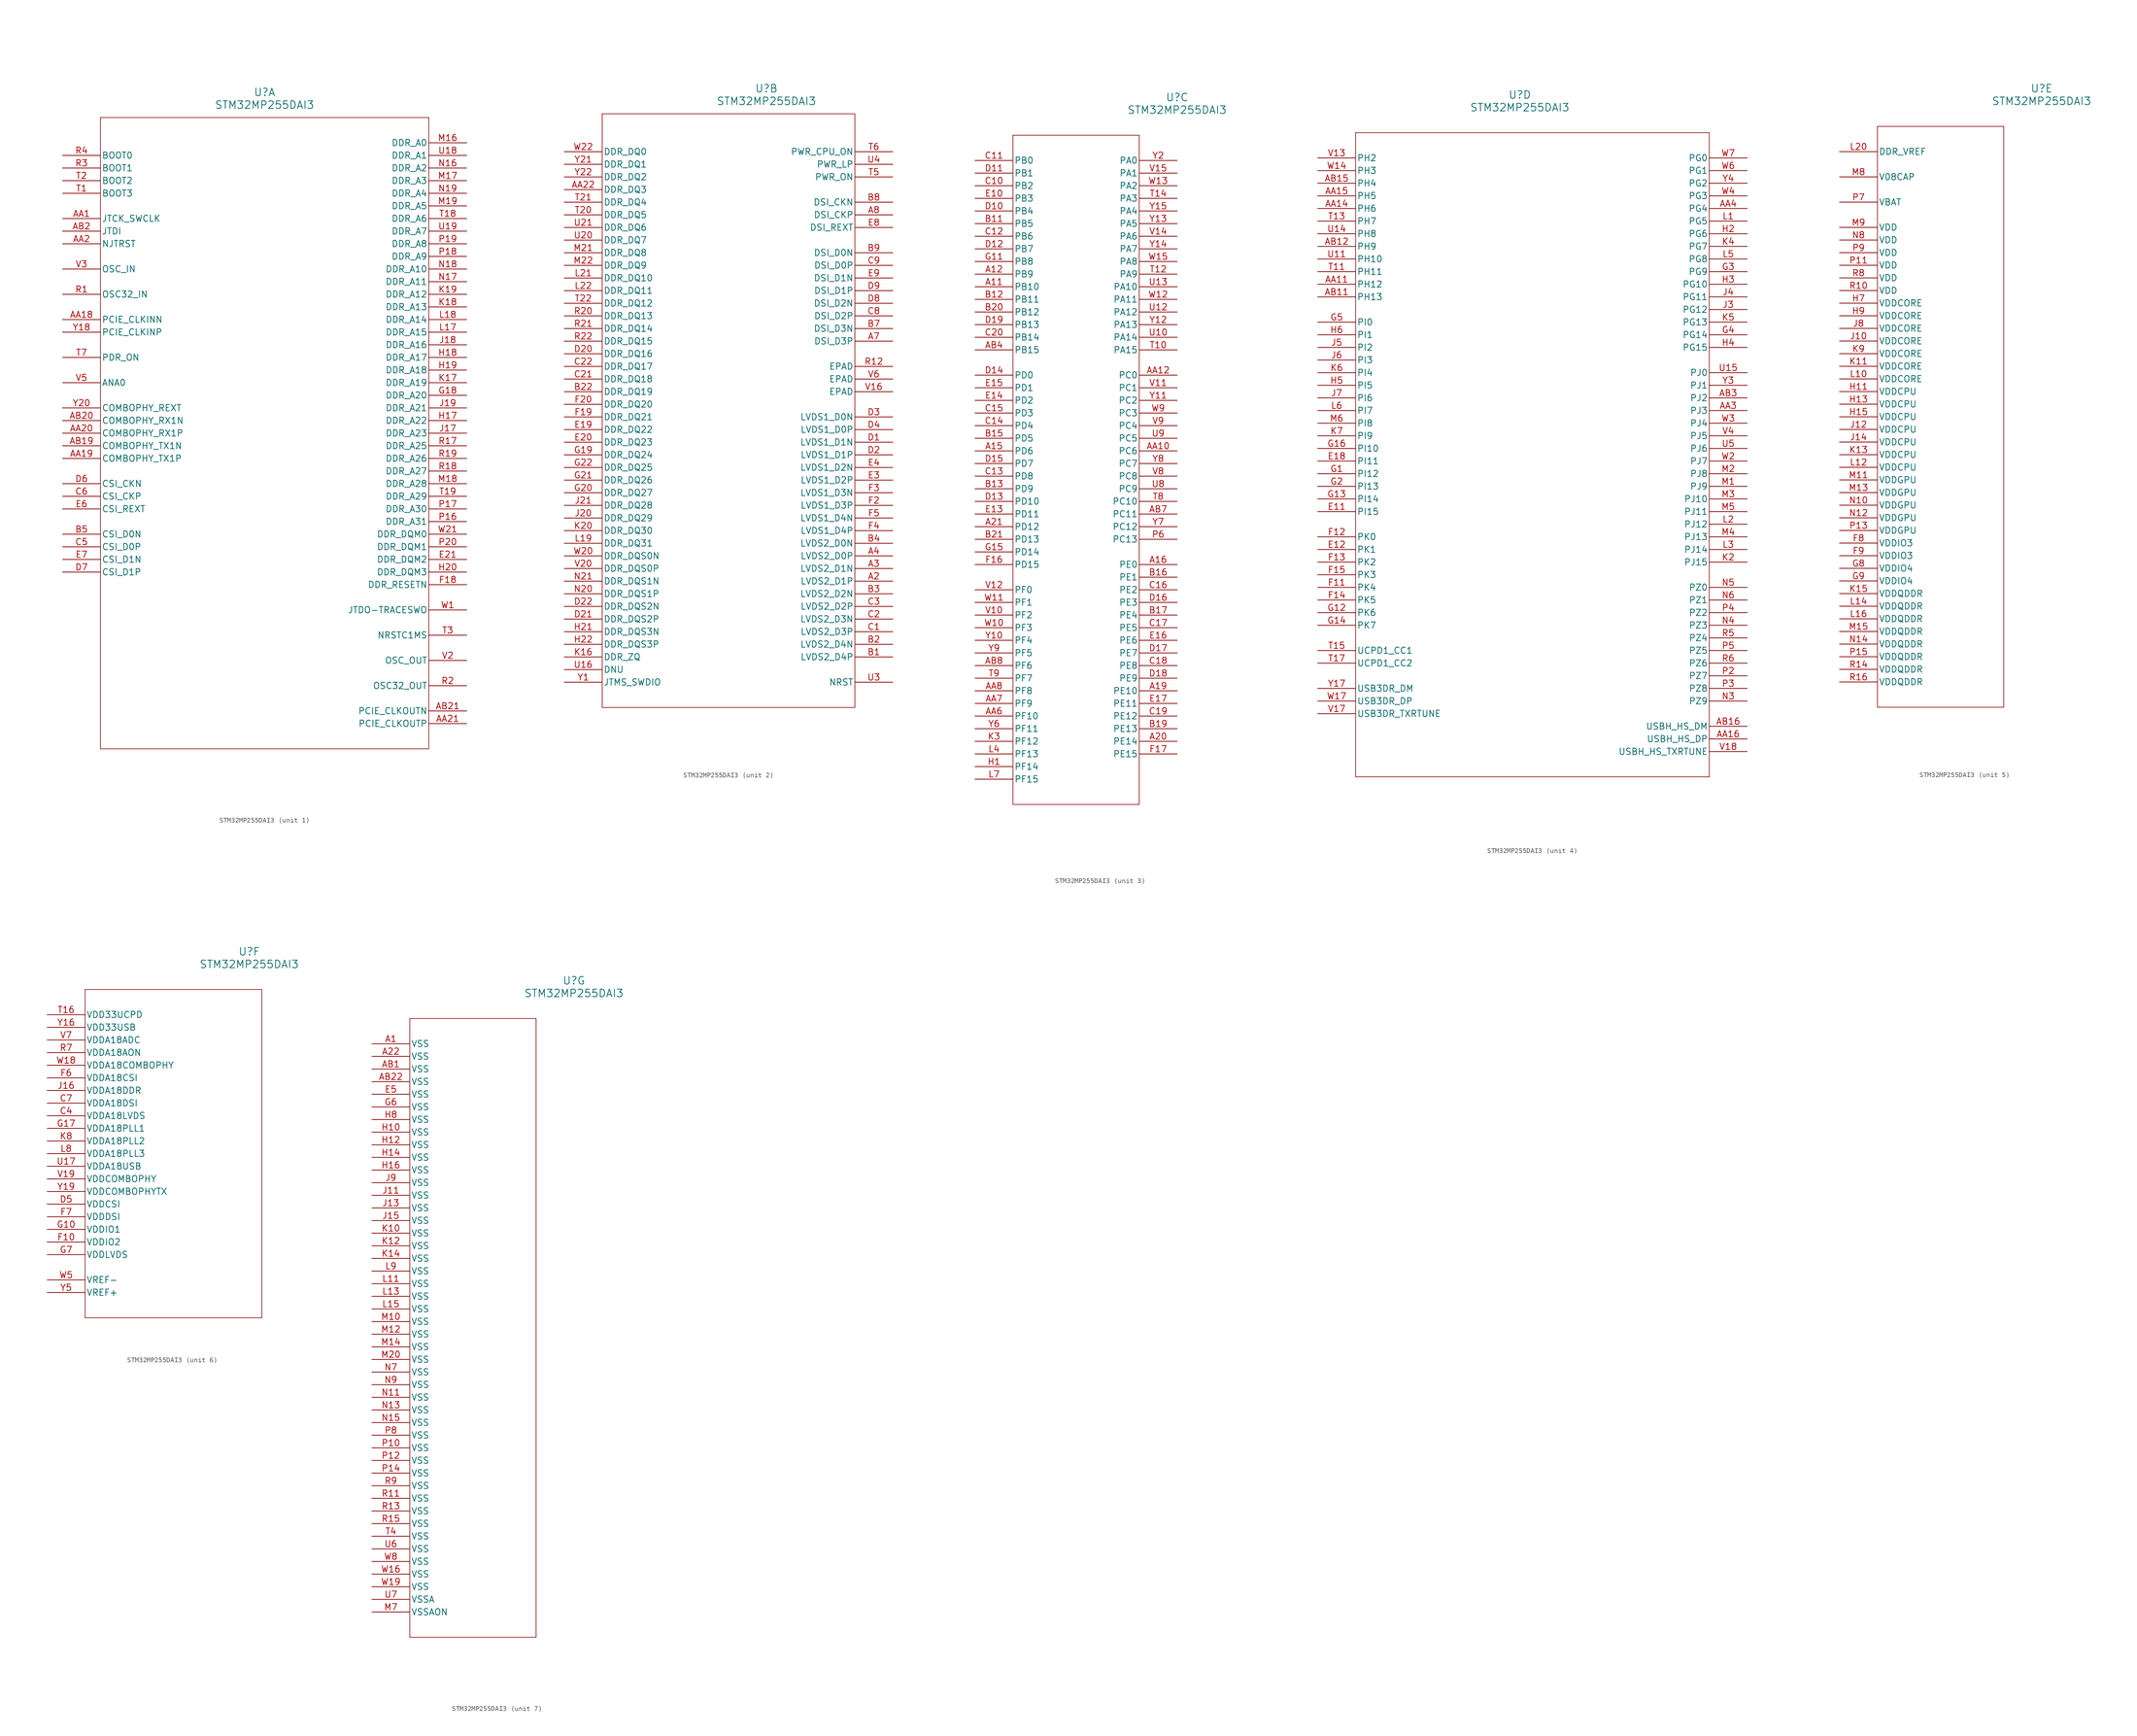
<source format=kicad_sym>
(kicad_symbol_lib
  (version 20211014)
  (generator kicad_symbol_editor)
  (symbol "STM32MP255DAI3"
    (pin_names
      (offset 0.254))
    (property "Reference" "U"
      (at 40.64 12.7 0)
      (effects (font (size 1.524 1.524))))
    (property "Value" "STM32MP255DAI3"
      (at 40.64 10.16 0)
      (effects (font (size 1.524 1.524))))
    (symbol "STM32MP255DAI3_1_1"
      (polyline (pts (xy 7.62 7.62) (xy 7.62 -119.38)) (stroke (width 0.127) (type default) (color 0 0 0 0)) (fill (type none)))
      (polyline (pts (xy 7.62 -119.38) (xy 73.66 -119.38)) (stroke (width 0.127) (type default) (color 0 0 0 0)) (fill (type none)))
      (polyline (pts (xy 73.66 -119.38) (xy 73.66 7.62)) (stroke (width 0.127) (type default) (color 0 0 0 0)) (fill (type none)))
      (polyline (pts (xy 73.66 7.62) (xy 7.62 7.62)) (stroke (width 0.127) (type default) (color 0 0 0 0)) (fill (type none)))
      (pin input line (at 0 -12.7 0) (length 7.62) (name "JTCK_SWCLK" (effects (font (size 1.27 1.27)))) (number "AA1" (effects (font (size 1.27 1.27)))))
      (pin input line (at 0 -17.78 0) (length 7.62) (name "NJTRST" (effects (font (size 1.27 1.27)))) (number "AA2" (effects (font (size 1.27 1.27)))))
      (pin input line (at 0 -33.02 0) (length 7.62) (name "PCIE_CLKINN" (effects (font (size 1.27 1.27)))) (number "AA18" (effects (font (size 1.27 1.27)))))
      (pin unspecified line (at 0 -60.96 0) (length 7.62) (name "COMBOPHY_TX1P" (effects (font (size 1.27 1.27)))) (number "AA19" (effects (font (size 1.27 1.27)))))
      (pin unspecified line (at 0 -55.88 0) (length 7.62) (name "COMBOPHY_RX1P" (effects (font (size 1.27 1.27)))) (number "AA20" (effects (font (size 1.27 1.27)))))
      (pin output line (at 81.28 -114.3 180) (length 7.62) (name "PCIE_CLKOUTP" (effects (font (size 1.27 1.27)))) (number "AA21" (effects (font (size 1.27 1.27)))))
      (pin input line (at 0 -15.24 0) (length 7.62) (name "JTDI" (effects (font (size 1.27 1.27)))) (number "AB2" (effects (font (size 1.27 1.27)))))
      (pin unspecified line (at 0 -58.42 0) (length 7.62) (name "COMBOPHY_TX1N" (effects (font (size 1.27 1.27)))) (number "AB19" (effects (font (size 1.27 1.27)))))
      (pin unspecified line (at 0 -53.34 0) (length 7.62) (name "COMBOPHY_RX1N" (effects (font (size 1.27 1.27)))) (number "AB20" (effects (font (size 1.27 1.27)))))
      (pin output line (at 81.28 -111.76 180) (length 7.62) (name "PCIE_CLKOUTN" (effects (font (size 1.27 1.27)))) (number "AB21" (effects (font (size 1.27 1.27)))))
      (pin unspecified line (at 0 -76.2 0) (length 7.62) (name "CSI_D0N" (effects (font (size 1.27 1.27)))) (number "B5" (effects (font (size 1.27 1.27)))))
      (pin unspecified line (at 0 -78.74 0) (length 7.62) (name "CSI_D0P" (effects (font (size 1.27 1.27)))) (number "C5" (effects (font (size 1.27 1.27)))))
      (pin unspecified line (at 0 -68.58 0) (length 7.62) (name "CSI_CKP" (effects (font (size 1.27 1.27)))) (number "C6" (effects (font (size 1.27 1.27)))))
      (pin unspecified line (at 0 -66.04 0) (length 7.62) (name "CSI_CKN" (effects (font (size 1.27 1.27)))) (number "D6" (effects (font (size 1.27 1.27)))))
      (pin unspecified line (at 0 -83.82 0) (length 7.62) (name "CSI_D1P" (effects (font (size 1.27 1.27)))) (number "D7" (effects (font (size 1.27 1.27)))))
      (pin unspecified line (at 0 -71.12 0) (length 7.62) (name "CSI_REXT" (effects (font (size 1.27 1.27)))) (number "E6" (effects (font (size 1.27 1.27)))))
      (pin unspecified line (at 0 -81.28 0) (length 7.62) (name "CSI_D1N" (effects (font (size 1.27 1.27)))) (number "E7" (effects (font (size 1.27 1.27)))))
      (pin output line (at 81.28 -81.28 180) (length 7.62) (name "DDR_DQM2" (effects (font (size 1.27 1.27)))) (number "E21" (effects (font (size 1.27 1.27)))))
      (pin output line (at 81.28 -86.36 180) (length 7.62) (name "DDR_RESETN" (effects (font (size 1.27 1.27)))) (number "F18" (effects (font (size 1.27 1.27)))))
      (pin output line (at 81.28 -48.26 180) (length 7.62) (name "DDR_A20" (effects (font (size 1.27 1.27)))) (number "G18" (effects (font (size 1.27 1.27)))))
      (pin output line (at 81.28 -53.34 180) (length 7.62) (name "DDR_A22" (effects (font (size 1.27 1.27)))) (number "H17" (effects (font (size 1.27 1.27)))))
      (pin output line (at 81.28 -40.64 180) (length 7.62) (name "DDR_A17" (effects (font (size 1.27 1.27)))) (number "H18" (effects (font (size 1.27 1.27)))))
      (pin output line (at 81.28 -43.18 180) (length 7.62) (name "DDR_A18" (effects (font (size 1.27 1.27)))) (number "H19" (effects (font (size 1.27 1.27)))))
      (pin output line (at 81.28 -83.82 180) (length 7.62) (name "DDR_DQM3" (effects (font (size 1.27 1.27)))) (number "H20" (effects (font (size 1.27 1.27)))))
      (pin output line (at 81.28 -55.88 180) (length 7.62) (name "DDR_A23" (effects (font (size 1.27 1.27)))) (number "J17" (effects (font (size 1.27 1.27)))))
      (pin output line (at 81.28 -38.1 180) (length 7.62) (name "DDR_A16" (effects (font (size 1.27 1.27)))) (number "J18" (effects (font (size 1.27 1.27)))))
      (pin output line (at 81.28 -50.8 180) (length 7.62) (name "DDR_A21" (effects (font (size 1.27 1.27)))) (number "J19" (effects (font (size 1.27 1.27)))))
      (pin output line (at 81.28 -45.72 180) (length 7.62) (name "DDR_A19" (effects (font (size 1.27 1.27)))) (number "K17" (effects (font (size 1.27 1.27)))))
      (pin output line (at 81.28 -30.48 180) (length 7.62) (name "DDR_A13" (effects (font (size 1.27 1.27)))) (number "K18" (effects (font (size 1.27 1.27)))))
      (pin output line (at 81.28 -27.94 180) (length 7.62) (name "DDR_A12" (effects (font (size 1.27 1.27)))) (number "K19" (effects (font (size 1.27 1.27)))))
      (pin output line (at 81.28 -35.56 180) (length 7.62) (name "DDR_A15" (effects (font (size 1.27 1.27)))) (number "L17" (effects (font (size 1.27 1.27)))))
      (pin output line (at 81.28 -33.02 180) (length 7.62) (name "DDR_A14" (effects (font (size 1.27 1.27)))) (number "L18" (effects (font (size 1.27 1.27)))))
      (pin output line (at 81.28 2.54 180) (length 7.62) (name "DDR_A0" (effects (font (size 1.27 1.27)))) (number "M16" (effects (font (size 1.27 1.27)))))
      (pin output line (at 81.28 -5.08 180) (length 7.62) (name "DDR_A3" (effects (font (size 1.27 1.27)))) (number "M17" (effects (font (size 1.27 1.27)))))
      (pin output line (at 81.28 -66.04 180) (length 7.62) (name "DDR_A28" (effects (font (size 1.27 1.27)))) (number "M18" (effects (font (size 1.27 1.27)))))
      (pin output line (at 81.28 -10.16 180) (length 7.62) (name "DDR_A5" (effects (font (size 1.27 1.27)))) (number "M19" (effects (font (size 1.27 1.27)))))
      (pin output line (at 81.28 -2.54 180) (length 7.62) (name "DDR_A2" (effects (font (size 1.27 1.27)))) (number "N16" (effects (font (size 1.27 1.27)))))
      (pin output line (at 81.28 -25.4 180) (length 7.62) (name "DDR_A11" (effects (font (size 1.27 1.27)))) (number "N17" (effects (font (size 1.27 1.27)))))
      (pin output line (at 81.28 -22.86 180) (length 7.62) (name "DDR_A10" (effects (font (size 1.27 1.27)))) (number "N18" (effects (font (size 1.27 1.27)))))
      (pin output line (at 81.28 -7.62 180) (length 7.62) (name "DDR_A4" (effects (font (size 1.27 1.27)))) (number "N19" (effects (font (size 1.27 1.27)))))
      (pin output line (at 81.28 -73.66 180) (length 7.62) (name "DDR_A31" (effects (font (size 1.27 1.27)))) (number "P16" (effects (font (size 1.27 1.27)))))
      (pin output line (at 81.28 -71.12 180) (length 7.62) (name "DDR_A30" (effects (font (size 1.27 1.27)))) (number "P17" (effects (font (size 1.27 1.27)))))
      (pin output line (at 81.28 -20.32 180) (length 7.62) (name "DDR_A9" (effects (font (size 1.27 1.27)))) (number "P18" (effects (font (size 1.27 1.27)))))
      (pin output line (at 81.28 -17.78 180) (length 7.62) (name "DDR_A8" (effects (font (size 1.27 1.27)))) (number "P19" (effects (font (size 1.27 1.27)))))
      (pin output line (at 81.28 -78.74 180) (length 7.62) (name "DDR_DQM1" (effects (font (size 1.27 1.27)))) (number "P20" (effects (font (size 1.27 1.27)))))
      (pin input line (at 0 -27.94 0) (length 7.62) (name "OSC32_IN" (effects (font (size 1.27 1.27)))) (number "R1" (effects (font (size 1.27 1.27)))))
      (pin output line (at 81.28 -106.68 180) (length 7.62) (name "OSC32_OUT" (effects (font (size 1.27 1.27)))) (number "R2" (effects (font (size 1.27 1.27)))))
      (pin input line (at 0 -2.54 0) (length 7.62) (name "BOOT1" (effects (font (size 1.27 1.27)))) (number "R3" (effects (font (size 1.27 1.27)))))
      (pin input line (at 0 0 0) (length 7.62) (name "BOOT0" (effects (font (size 1.27 1.27)))) (number "R4" (effects (font (size 1.27 1.27)))))
      (pin output line (at 81.28 -58.42 180) (length 7.62) (name "DDR_A25" (effects (font (size 1.27 1.27)))) (number "R17" (effects (font (size 1.27 1.27)))))
      (pin output line (at 81.28 -63.5 180) (length 7.62) (name "DDR_A27" (effects (font (size 1.27 1.27)))) (number "R18" (effects (font (size 1.27 1.27)))))
      (pin output line (at 81.28 -60.96 180) (length 7.62) (name "DDR_A26" (effects (font (size 1.27 1.27)))) (number "R19" (effects (font (size 1.27 1.27)))))
      (pin input line (at 0 -7.62 0) (length 7.62) (name "BOOT3" (effects (font (size 1.27 1.27)))) (number "T1" (effects (font (size 1.27 1.27)))))
      (pin input line (at 0 -5.08 0) (length 7.62) (name "BOOT2" (effects (font (size 1.27 1.27)))) (number "T2" (effects (font (size 1.27 1.27)))))
      (pin output line (at 81.28 -96.52 180) (length 7.62) (name "NRSTC1MS" (effects (font (size 1.27 1.27)))) (number "T3" (effects (font (size 1.27 1.27)))))
      (pin input line (at 0 -40.64 0) (length 7.62) (name "PDR_ON" (effects (font (size 1.27 1.27)))) (number "T7" (effects (font (size 1.27 1.27)))))
      (pin output line (at 81.28 -12.7 180) (length 7.62) (name "DDR_A6" (effects (font (size 1.27 1.27)))) (number "T18" (effects (font (size 1.27 1.27)))))
      (pin output line (at 81.28 -68.58 180) (length 7.62) (name "DDR_A29" (effects (font (size 1.27 1.27)))) (number "T19" (effects (font (size 1.27 1.27)))))
      (pin output line (at 81.28 0 180) (length 7.62) (name "DDR_A1" (effects (font (size 1.27 1.27)))) (number "U18" (effects (font (size 1.27 1.27)))))
      (pin output line (at 81.28 -15.24 180) (length 7.62) (name "DDR_A7" (effects (font (size 1.27 1.27)))) (number "U19" (effects (font (size 1.27 1.27)))))
      (pin output line (at 81.28 -101.6 180) (length 7.62) (name "OSC_OUT" (effects (font (size 1.27 1.27)))) (number "V2" (effects (font (size 1.27 1.27)))))
      (pin input line (at 0 -22.86 0) (length 7.62) (name "OSC_IN" (effects (font (size 1.27 1.27)))) (number "V3" (effects (font (size 1.27 1.27)))))
      (pin unspecified line (at 0 -45.72 0) (length 7.62) (name "ANA0" (effects (font (size 1.27 1.27)))) (number "V5" (effects (font (size 1.27 1.27)))))
      (pin output line (at 81.28 -91.44 180) (length 7.62) (name "JTDO-TRACESWO" (effects (font (size 1.27 1.27)))) (number "W1" (effects (font (size 1.27 1.27)))))
      (pin output line (at 81.28 -76.2 180) (length 7.62) (name "DDR_DQM0" (effects (font (size 1.27 1.27)))) (number "W21" (effects (font (size 1.27 1.27)))))
      (pin input line (at 0 -35.56 0) (length 7.62) (name "PCIE_CLKINP" (effects (font (size 1.27 1.27)))) (number "Y18" (effects (font (size 1.27 1.27)))))
      (pin unspecified line (at 0 -50.8 0) (length 7.62) (name "COMBOPHY_REXT" (effects (font (size 1.27 1.27)))) (number "Y20" (effects (font (size 1.27 1.27))))))
    (symbol "STM32MP255DAI3_2_1"
      (polyline (pts (xy 7.62 7.62) (xy 7.62 -111.76)) (stroke (width 0.127) (type default) (color 0 0 0 0)) (fill (type none)))
      (polyline (pts (xy 7.62 -111.76) (xy 58.42 -111.76)) (stroke (width 0.127) (type default) (color 0 0 0 0)) (fill (type none)))
      (polyline (pts (xy 58.42 -111.76) (xy 58.42 7.62)) (stroke (width 0.127) (type default) (color 0 0 0 0)) (fill (type none)))
      (polyline (pts (xy 58.42 7.62) (xy 7.62 7.62)) (stroke (width 0.127) (type default) (color 0 0 0 0)) (fill (type none)))
      (pin unspecified line (at 66.04 -86.36 180) (length 7.62) (name "LVDS2_D1P" (effects (font (size 1.27 1.27)))) (number "A2" (effects (font (size 1.27 1.27)))))
      (pin unspecified line (at 66.04 -83.82 180) (length 7.62) (name "LVDS2_D1N" (effects (font (size 1.27 1.27)))) (number "A3" (effects (font (size 1.27 1.27)))))
      (pin unspecified line (at 66.04 -81.28 180) (length 7.62) (name "LVDS2_D0P" (effects (font (size 1.27 1.27)))) (number "A4" (effects (font (size 1.27 1.27)))))
      (pin unspecified line (at 66.04 -38.1 180) (length 7.62) (name "DSI_D3P" (effects (font (size 1.27 1.27)))) (number "A7" (effects (font (size 1.27 1.27)))))
      (pin unspecified line (at 66.04 -12.7 180) (length 7.62) (name "DSI_CKP" (effects (font (size 1.27 1.27)))) (number "A8" (effects (font (size 1.27 1.27)))))
      (pin bidirectional line (at 0 -7.62 0) (length 7.62) (name "DDR_DQ3" (effects (font (size 1.27 1.27)))) (number "AA22" (effects (font (size 1.27 1.27)))))
      (pin unspecified line (at 66.04 -101.6 180) (length 7.62) (name "LVDS2_D4P" (effects (font (size 1.27 1.27)))) (number "B1" (effects (font (size 1.27 1.27)))))
      (pin unspecified line (at 66.04 -99.06 180) (length 7.62) (name "LVDS2_D4N" (effects (font (size 1.27 1.27)))) (number "B2" (effects (font (size 1.27 1.27)))))
      (pin unspecified line (at 66.04 -88.9 180) (length 7.62) (name "LVDS2_D2N" (effects (font (size 1.27 1.27)))) (number "B3" (effects (font (size 1.27 1.27)))))
      (pin unspecified line (at 66.04 -78.74 180) (length 7.62) (name "LVDS2_D0N" (effects (font (size 1.27 1.27)))) (number "B4" (effects (font (size 1.27 1.27)))))
      (pin unspecified line (at 66.04 -35.56 180) (length 7.62) (name "DSI_D3N" (effects (font (size 1.27 1.27)))) (number "B7" (effects (font (size 1.27 1.27)))))
      (pin unspecified line (at 66.04 -10.16 180) (length 7.62) (name "DSI_CKN" (effects (font (size 1.27 1.27)))) (number "B8" (effects (font (size 1.27 1.27)))))
      (pin unspecified line (at 66.04 -20.32 180) (length 7.62) (name "DSI_D0N" (effects (font (size 1.27 1.27)))) (number "B9" (effects (font (size 1.27 1.27)))))
      (pin bidirectional line (at 0 -48.26 0) (length 7.62) (name "DDR_DQ19" (effects (font (size 1.27 1.27)))) (number "B22" (effects (font (size 1.27 1.27)))))
      (pin unspecified line (at 66.04 -96.52 180) (length 7.62) (name "LVDS2_D3P" (effects (font (size 1.27 1.27)))) (number "C1" (effects (font (size 1.27 1.27)))))
      (pin unspecified line (at 66.04 -93.98 180) (length 7.62) (name "LVDS2_D3N" (effects (font (size 1.27 1.27)))) (number "C2" (effects (font (size 1.27 1.27)))))
      (pin unspecified line (at 66.04 -91.44 180) (length 7.62) (name "LVDS2_D2P" (effects (font (size 1.27 1.27)))) (number "C3" (effects (font (size 1.27 1.27)))))
      (pin unspecified line (at 66.04 -33.02 180) (length 7.62) (name "DSI_D2P" (effects (font (size 1.27 1.27)))) (number "C8" (effects (font (size 1.27 1.27)))))
      (pin unspecified line (at 66.04 -22.86 180) (length 7.62) (name "DSI_D0P" (effects (font (size 1.27 1.27)))) (number "C9" (effects (font (size 1.27 1.27)))))
      (pin bidirectional line (at 0 -45.72 0) (length 7.62) (name "DDR_DQ18" (effects (font (size 1.27 1.27)))) (number "C21" (effects (font (size 1.27 1.27)))))
      (pin bidirectional line (at 0 -43.18 0) (length 7.62) (name "DDR_DQ17" (effects (font (size 1.27 1.27)))) (number "C22" (effects (font (size 1.27 1.27)))))
      (pin unspecified line (at 66.04 -58.42 180) (length 7.62) (name "LVDS1_D1N" (effects (font (size 1.27 1.27)))) (number "D1" (effects (font (size 1.27 1.27)))))
      (pin unspecified line (at 66.04 -60.96 180) (length 7.62) (name "LVDS1_D1P" (effects (font (size 1.27 1.27)))) (number "D2" (effects (font (size 1.27 1.27)))))
      (pin unspecified line (at 66.04 -53.34 180) (length 7.62) (name "LVDS1_D0N" (effects (font (size 1.27 1.27)))) (number "D3" (effects (font (size 1.27 1.27)))))
      (pin unspecified line (at 66.04 -55.88 180) (length 7.62) (name "LVDS1_D0P" (effects (font (size 1.27 1.27)))) (number "D4" (effects (font (size 1.27 1.27)))))
      (pin unspecified line (at 66.04 -30.48 180) (length 7.62) (name "DSI_D2N" (effects (font (size 1.27 1.27)))) (number "D8" (effects (font (size 1.27 1.27)))))
      (pin unspecified line (at 66.04 -27.94 180) (length 7.62) (name "DSI_D1P" (effects (font (size 1.27 1.27)))) (number "D9" (effects (font (size 1.27 1.27)))))
      (pin bidirectional line (at 0 -40.64 0) (length 7.62) (name "DDR_DQ16" (effects (font (size 1.27 1.27)))) (number "D20" (effects (font (size 1.27 1.27)))))
      (pin bidirectional line (at 0 -93.98 0) (length 7.62) (name "DDR_DQS2P" (effects (font (size 1.27 1.27)))) (number "D21" (effects (font (size 1.27 1.27)))))
      (pin bidirectional line (at 0 -91.44 0) (length 7.62) (name "DDR_DQS2N" (effects (font (size 1.27 1.27)))) (number "D22" (effects (font (size 1.27 1.27)))))
      (pin unspecified line (at 66.04 -66.04 180) (length 7.62) (name "LVDS1_D2P" (effects (font (size 1.27 1.27)))) (number "E3" (effects (font (size 1.27 1.27)))))
      (pin unspecified line (at 66.04 -63.5 180) (length 7.62) (name "LVDS1_D2N" (effects (font (size 1.27 1.27)))) (number "E4" (effects (font (size 1.27 1.27)))))
      (pin unspecified line (at 66.04 -15.24 180) (length 7.62) (name "DSI_REXT" (effects (font (size 1.27 1.27)))) (number "E8" (effects (font (size 1.27 1.27)))))
      (pin unspecified line (at 66.04 -25.4 180) (length 7.62) (name "DSI_D1N" (effects (font (size 1.27 1.27)))) (number "E9" (effects (font (size 1.27 1.27)))))
      (pin bidirectional line (at 0 -55.88 0) (length 7.62) (name "DDR_DQ22" (effects (font (size 1.27 1.27)))) (number "E19" (effects (font (size 1.27 1.27)))))
      (pin bidirectional line (at 0 -58.42 0) (length 7.62) (name "DDR_DQ23" (effects (font (size 1.27 1.27)))) (number "E20" (effects (font (size 1.27 1.27)))))
      (pin unspecified line (at 66.04 -71.12 180) (length 7.62) (name "LVDS1_D3P" (effects (font (size 1.27 1.27)))) (number "F2" (effects (font (size 1.27 1.27)))))
      (pin unspecified line (at 66.04 -68.58 180) (length 7.62) (name "LVDS1_D3N" (effects (font (size 1.27 1.27)))) (number "F3" (effects (font (size 1.27 1.27)))))
      (pin unspecified line (at 66.04 -76.2 180) (length 7.62) (name "LVDS1_D4P" (effects (font (size 1.27 1.27)))) (number "F4" (effects (font (size 1.27 1.27)))))
      (pin unspecified line (at 66.04 -73.66 180) (length 7.62) (name "LVDS1_D4N" (effects (font (size 1.27 1.27)))) (number "F5" (effects (font (size 1.27 1.27)))))
      (pin bidirectional line (at 0 -53.34 0) (length 7.62) (name "DDR_DQ21" (effects (font (size 1.27 1.27)))) (number "F19" (effects (font (size 1.27 1.27)))))
      (pin bidirectional line (at 0 -50.8 0) (length 7.62) (name "DDR_DQ20" (effects (font (size 1.27 1.27)))) (number "F20" (effects (font (size 1.27 1.27)))))
      (pin bidirectional line (at 0 -60.96 0) (length 7.62) (name "DDR_DQ24" (effects (font (size 1.27 1.27)))) (number "G19" (effects (font (size 1.27 1.27)))))
      (pin bidirectional line (at 0 -68.58 0) (length 7.62) (name "DDR_DQ27" (effects (font (size 1.27 1.27)))) (number "G20" (effects (font (size 1.27 1.27)))))
      (pin bidirectional line (at 0 -66.04 0) (length 7.62) (name "DDR_DQ26" (effects (font (size 1.27 1.27)))) (number "G21" (effects (font (size 1.27 1.27)))))
      (pin bidirectional line (at 0 -63.5 0) (length 7.62) (name "DDR_DQ25" (effects (font (size 1.27 1.27)))) (number "G22" (effects (font (size 1.27 1.27)))))
      (pin bidirectional line (at 0 -96.52 0) (length 7.62) (name "DDR_DQS3N" (effects (font (size 1.27 1.27)))) (number "H21" (effects (font (size 1.27 1.27)))))
      (pin bidirectional line (at 0 -99.06 0) (length 7.62) (name "DDR_DQS3P" (effects (font (size 1.27 1.27)))) (number "H22" (effects (font (size 1.27 1.27)))))
      (pin bidirectional line (at 0 -73.66 0) (length 7.62) (name "DDR_DQ29" (effects (font (size 1.27 1.27)))) (number "J20" (effects (font (size 1.27 1.27)))))
      (pin bidirectional line (at 0 -71.12 0) (length 7.62) (name "DDR_DQ28" (effects (font (size 1.27 1.27)))) (number "J21" (effects (font (size 1.27 1.27)))))
      (pin unspecified line (at 0 -101.6 0) (length 7.62) (name "DDR_ZQ" (effects (font (size 1.27 1.27)))) (number "K16" (effects (font (size 1.27 1.27)))))
      (pin bidirectional line (at 0 -76.2 0) (length 7.62) (name "DDR_DQ30" (effects (font (size 1.27 1.27)))) (number "K20" (effects (font (size 1.27 1.27)))))
      (pin bidirectional line (at 0 -78.74 0) (length 7.62) (name "DDR_DQ31" (effects (font (size 1.27 1.27)))) (number "L19" (effects (font (size 1.27 1.27)))))
      (pin bidirectional line (at 0 -25.4 0) (length 7.62) (name "DDR_DQ10" (effects (font (size 1.27 1.27)))) (number "L21" (effects (font (size 1.27 1.27)))))
      (pin bidirectional line (at 0 -27.94 0) (length 7.62) (name "DDR_DQ11" (effects (font (size 1.27 1.27)))) (number "L22" (effects (font (size 1.27 1.27)))))
      (pin bidirectional line (at 0 -20.32 0) (length 7.62) (name "DDR_DQ8" (effects (font (size 1.27 1.27)))) (number "M21" (effects (font (size 1.27 1.27)))))
      (pin bidirectional line (at 0 -22.86 0) (length 7.62) (name "DDR_DQ9" (effects (font (size 1.27 1.27)))) (number "M22" (effects (font (size 1.27 1.27)))))
      (pin bidirectional line (at 0 -88.9 0) (length 7.62) (name "DDR_DQS1P" (effects (font (size 1.27 1.27)))) (number "N20" (effects (font (size 1.27 1.27)))))
      (pin bidirectional line (at 0 -86.36 0) (length 7.62) (name "DDR_DQS1N" (effects (font (size 1.27 1.27)))) (number "N21" (effects (font (size 1.27 1.27)))))
      (pin unspecified line (at 66.04 -43.18 180) (length 7.62) (name "EPAD" (effects (font (size 1.27 1.27)))) (number "R12" (effects (font (size 1.27 1.27)))))
      (pin bidirectional line (at 0 -33.02 0) (length 7.62) (name "DDR_DQ13" (effects (font (size 1.27 1.27)))) (number "R20" (effects (font (size 1.27 1.27)))))
      (pin bidirectional line (at 0 -35.56 0) (length 7.62) (name "DDR_DQ14" (effects (font (size 1.27 1.27)))) (number "R21" (effects (font (size 1.27 1.27)))))
      (pin bidirectional line (at 0 -38.1 0) (length 7.62) (name "DDR_DQ15" (effects (font (size 1.27 1.27)))) (number "R22" (effects (font (size 1.27 1.27)))))
      (pin output line (at 66.04 -5.08 180) (length 7.62) (name "PWR_ON" (effects (font (size 1.27 1.27)))) (number "T5" (effects (font (size 1.27 1.27)))))
      (pin output line (at 66.04 0 180) (length 7.62) (name "PWR_CPU_ON" (effects (font (size 1.27 1.27)))) (number "T6" (effects (font (size 1.27 1.27)))))
      (pin bidirectional line (at 0 -12.7 0) (length 7.62) (name "DDR_DQ5" (effects (font (size 1.27 1.27)))) (number "T20" (effects (font (size 1.27 1.27)))))
      (pin bidirectional line (at 0 -10.16 0) (length 7.62) (name "DDR_DQ4" (effects (font (size 1.27 1.27)))) (number "T21" (effects (font (size 1.27 1.27)))))
      (pin bidirectional line (at 0 -30.48 0) (length 7.62) (name "DDR_DQ12" (effects (font (size 1.27 1.27)))) (number "T22" (effects (font (size 1.27 1.27)))))
      (pin bidirectional line (at 66.04 -106.68 180) (length 7.62) (name "NRST" (effects (font (size 1.27 1.27)))) (number "U3" (effects (font (size 1.27 1.27)))))
      (pin output line (at 66.04 -2.54 180) (length 7.62) (name "PWR_LP" (effects (font (size 1.27 1.27)))) (number "U4" (effects (font (size 1.27 1.27)))))
      (pin unspecified line (at 0 -104.14 0) (length 7.62) (name "DNU" (effects (font (size 1.27 1.27)))) (number "U16" (effects (font (size 1.27 1.27)))))
      (pin bidirectional line (at 0 -17.78 0) (length 7.62) (name "DDR_DQ7" (effects (font (size 1.27 1.27)))) (number "U20" (effects (font (size 1.27 1.27)))))
      (pin bidirectional line (at 0 -15.24 0) (length 7.62) (name "DDR_DQ6" (effects (font (size 1.27 1.27)))) (number "U21" (effects (font (size 1.27 1.27)))))
      (pin unspecified line (at 66.04 -45.72 180) (length 7.62) (name "EPAD" (effects (font (size 1.27 1.27)))) (number "V6" (effects (font (size 1.27 1.27)))))
      (pin unspecified line (at 66.04 -48.26 180) (length 7.62) (name "EPAD" (effects (font (size 1.27 1.27)))) (number "V16" (effects (font (size 1.27 1.27)))))
      (pin bidirectional line (at 0 -83.82 0) (length 7.62) (name "DDR_DQS0P" (effects (font (size 1.27 1.27)))) (number "V20" (effects (font (size 1.27 1.27)))))
      (pin bidirectional line (at 0 -81.28 0) (length 7.62) (name "DDR_DQS0N" (effects (font (size 1.27 1.27)))) (number "W20" (effects (font (size 1.27 1.27)))))
      (pin bidirectional line (at 0 0 0) (length 7.62) (name "DDR_DQ0" (effects (font (size 1.27 1.27)))) (number "W22" (effects (font (size 1.27 1.27)))))
      (pin bidirectional line (at 0 -106.68 0) (length 7.62) (name "JTMS_SWDIO" (effects (font (size 1.27 1.27)))) (number "Y1" (effects (font (size 1.27 1.27)))))
      (pin bidirectional line (at 0 -2.54 0) (length 7.62) (name "DDR_DQ1" (effects (font (size 1.27 1.27)))) (number "Y21" (effects (font (size 1.27 1.27)))))
      (pin bidirectional line (at 0 -5.08 0) (length 7.62) (name "DDR_DQ2" (effects (font (size 1.27 1.27)))) (number "Y22" (effects (font (size 1.27 1.27))))))
    (symbol "STM32MP255DAI3_3_1"
      (polyline (pts (xy 7.62 5.08) (xy 7.62 -129.54)) (stroke (width 0.127) (type default) (color 0 0 0 0)) (fill (type none)))
      (polyline (pts (xy 7.62 -129.54) (xy 33.02 -129.54)) (stroke (width 0.127) (type default) (color 0 0 0 0)) (fill (type none)))
      (polyline (pts (xy 33.02 -129.54) (xy 33.02 5.08)) (stroke (width 0.127) (type default) (color 0 0 0 0)) (fill (type none)))
      (polyline (pts (xy 33.02 5.08) (xy 7.62 5.08)) (stroke (width 0.127) (type default) (color 0 0 0 0)) (fill (type none)))
      (pin bidirectional line (at 0 -25.4 0) (length 7.62) (name "PB10" (effects (font (size 1.27 1.27)))) (number "A11" (effects (font (size 1.27 1.27)))))
      (pin bidirectional line (at 0 -22.86 0) (length 7.62) (name "PB9" (effects (font (size 1.27 1.27)))) (number "A12" (effects (font (size 1.27 1.27)))))
      (pin bidirectional line (at 0 -58.42 0) (length 7.62) (name "PD6" (effects (font (size 1.27 1.27)))) (number "A15" (effects (font (size 1.27 1.27)))))
      (pin bidirectional line (at 40.64 -81.28 180) (length 7.62) (name "PE0" (effects (font (size 1.27 1.27)))) (number "A16" (effects (font (size 1.27 1.27)))))
      (pin bidirectional line (at 40.64 -106.68 180) (length 7.62) (name "PE10" (effects (font (size 1.27 1.27)))) (number "A19" (effects (font (size 1.27 1.27)))))
      (pin bidirectional line (at 40.64 -116.84 180) (length 7.62) (name "PE14" (effects (font (size 1.27 1.27)))) (number "A20" (effects (font (size 1.27 1.27)))))
      (pin bidirectional line (at 0 -73.66 0) (length 7.62) (name "PD12" (effects (font (size 1.27 1.27)))) (number "A21" (effects (font (size 1.27 1.27)))))
      (pin bidirectional line (at 0 -111.76 0) (length 7.62) (name "PF10" (effects (font (size 1.27 1.27)))) (number "AA6" (effects (font (size 1.27 1.27)))))
      (pin bidirectional line (at 0 -109.22 0) (length 7.62) (name "PF9" (effects (font (size 1.27 1.27)))) (number "AA7" (effects (font (size 1.27 1.27)))))
      (pin bidirectional line (at 0 -106.68 0) (length 7.62) (name "PF8" (effects (font (size 1.27 1.27)))) (number "AA8" (effects (font (size 1.27 1.27)))))
      (pin bidirectional line (at 40.64 -58.42 180) (length 7.62) (name "PC6" (effects (font (size 1.27 1.27)))) (number "AA10" (effects (font (size 1.27 1.27)))))
      (pin bidirectional line (at 40.64 -43.18 180) (length 7.62) (name "PC0" (effects (font (size 1.27 1.27)))) (number "AA12" (effects (font (size 1.27 1.27)))))
      (pin bidirectional line (at 0 -38.1 0) (length 7.62) (name "PB15" (effects (font (size 1.27 1.27)))) (number "AB4" (effects (font (size 1.27 1.27)))))
      (pin bidirectional line (at 40.64 -71.12 180) (length 7.62) (name "PC11" (effects (font (size 1.27 1.27)))) (number "AB7" (effects (font (size 1.27 1.27)))))
      (pin bidirectional line (at 0 -101.6 0) (length 7.62) (name "PF6" (effects (font (size 1.27 1.27)))) (number "AB8" (effects (font (size 1.27 1.27)))))
      (pin bidirectional line (at 0 -12.7 0) (length 7.62) (name "PB5" (effects (font (size 1.27 1.27)))) (number "B11" (effects (font (size 1.27 1.27)))))
      (pin bidirectional line (at 0 -27.94 0) (length 7.62) (name "PB11" (effects (font (size 1.27 1.27)))) (number "B12" (effects (font (size 1.27 1.27)))))
      (pin bidirectional line (at 0 -66.04 0) (length 7.62) (name "PD9" (effects (font (size 1.27 1.27)))) (number "B13" (effects (font (size 1.27 1.27)))))
      (pin bidirectional line (at 0 -55.88 0) (length 7.62) (name "PD5" (effects (font (size 1.27 1.27)))) (number "B15" (effects (font (size 1.27 1.27)))))
      (pin bidirectional line (at 40.64 -83.82 180) (length 7.62) (name "PE1" (effects (font (size 1.27 1.27)))) (number "B16" (effects (font (size 1.27 1.27)))))
      (pin bidirectional line (at 40.64 -91.44 180) (length 7.62) (name "PE4" (effects (font (size 1.27 1.27)))) (number "B17" (effects (font (size 1.27 1.27)))))
      (pin bidirectional line (at 40.64 -114.3 180) (length 7.62) (name "PE13" (effects (font (size 1.27 1.27)))) (number "B19" (effects (font (size 1.27 1.27)))))
      (pin bidirectional line (at 0 -30.48 0) (length 7.62) (name "PB12" (effects (font (size 1.27 1.27)))) (number "B20" (effects (font (size 1.27 1.27)))))
      (pin bidirectional line (at 0 -76.2 0) (length 7.62) (name "PD13" (effects (font (size 1.27 1.27)))) (number "B21" (effects (font (size 1.27 1.27)))))
      (pin bidirectional line (at 0 -5.08 0) (length 7.62) (name "PB2" (effects (font (size 1.27 1.27)))) (number "C10" (effects (font (size 1.27 1.27)))))
      (pin bidirectional line (at 0 0 0) (length 7.62) (name "PB0" (effects (font (size 1.27 1.27)))) (number "C11" (effects (font (size 1.27 1.27)))))
      (pin bidirectional line (at 0 -15.24 0) (length 7.62) (name "PB6" (effects (font (size 1.27 1.27)))) (number "C12" (effects (font (size 1.27 1.27)))))
      (pin bidirectional line (at 0 -63.5 0) (length 7.62) (name "PD8" (effects (font (size 1.27 1.27)))) (number "C13" (effects (font (size 1.27 1.27)))))
      (pin bidirectional line (at 0 -53.34 0) (length 7.62) (name "PD4" (effects (font (size 1.27 1.27)))) (number "C14" (effects (font (size 1.27 1.27)))))
      (pin bidirectional line (at 0 -50.8 0) (length 7.62) (name "PD3" (effects (font (size 1.27 1.27)))) (number "C15" (effects (font (size 1.27 1.27)))))
      (pin bidirectional line (at 40.64 -86.36 180) (length 7.62) (name "PE2" (effects (font (size 1.27 1.27)))) (number "C16" (effects (font (size 1.27 1.27)))))
      (pin bidirectional line (at 40.64 -93.98 180) (length 7.62) (name "PE5" (effects (font (size 1.27 1.27)))) (number "C17" (effects (font (size 1.27 1.27)))))
      (pin bidirectional line (at 40.64 -101.6 180) (length 7.62) (name "PE8" (effects (font (size 1.27 1.27)))) (number "C18" (effects (font (size 1.27 1.27)))))
      (pin bidirectional line (at 40.64 -111.76 180) (length 7.62) (name "PE12" (effects (font (size 1.27 1.27)))) (number "C19" (effects (font (size 1.27 1.27)))))
      (pin bidirectional line (at 0 -35.56 0) (length 7.62) (name "PB14" (effects (font (size 1.27 1.27)))) (number "C20" (effects (font (size 1.27 1.27)))))
      (pin bidirectional line (at 0 -10.16 0) (length 7.62) (name "PB4" (effects (font (size 1.27 1.27)))) (number "D10" (effects (font (size 1.27 1.27)))))
      (pin bidirectional line (at 0 -2.54 0) (length 7.62) (name "PB1" (effects (font (size 1.27 1.27)))) (number "D11" (effects (font (size 1.27 1.27)))))
      (pin bidirectional line (at 0 -17.78 0) (length 7.62) (name "PB7" (effects (font (size 1.27 1.27)))) (number "D12" (effects (font (size 1.27 1.27)))))
      (pin bidirectional line (at 0 -68.58 0) (length 7.62) (name "PD10" (effects (font (size 1.27 1.27)))) (number "D13" (effects (font (size 1.27 1.27)))))
      (pin bidirectional line (at 0 -43.18 0) (length 7.62) (name "PD0" (effects (font (size 1.27 1.27)))) (number "D14" (effects (font (size 1.27 1.27)))))
      (pin bidirectional line (at 0 -60.96 0) (length 7.62) (name "PD7" (effects (font (size 1.27 1.27)))) (number "D15" (effects (font (size 1.27 1.27)))))
      (pin bidirectional line (at 40.64 -88.9 180) (length 7.62) (name "PE3" (effects (font (size 1.27 1.27)))) (number "D16" (effects (font (size 1.27 1.27)))))
      (pin bidirectional line (at 40.64 -99.06 180) (length 7.62) (name "PE7" (effects (font (size 1.27 1.27)))) (number "D17" (effects (font (size 1.27 1.27)))))
      (pin bidirectional line (at 40.64 -104.14 180) (length 7.62) (name "PE9" (effects (font (size 1.27 1.27)))) (number "D18" (effects (font (size 1.27 1.27)))))
      (pin bidirectional line (at 0 -33.02 0) (length 7.62) (name "PB13" (effects (font (size 1.27 1.27)))) (number "D19" (effects (font (size 1.27 1.27)))))
      (pin bidirectional line (at 0 -7.62 0) (length 7.62) (name "PB3" (effects (font (size 1.27 1.27)))) (number "E10" (effects (font (size 1.27 1.27)))))
      (pin bidirectional line (at 0 -71.12 0) (length 7.62) (name "PD11" (effects (font (size 1.27 1.27)))) (number "E13" (effects (font (size 1.27 1.27)))))
      (pin bidirectional line (at 0 -48.26 0) (length 7.62) (name "PD2" (effects (font (size 1.27 1.27)))) (number "E14" (effects (font (size 1.27 1.27)))))
      (pin bidirectional line (at 0 -45.72 0) (length 7.62) (name "PD1" (effects (font (size 1.27 1.27)))) (number "E15" (effects (font (size 1.27 1.27)))))
      (pin bidirectional line (at 40.64 -96.52 180) (length 7.62) (name "PE6" (effects (font (size 1.27 1.27)))) (number "E16" (effects (font (size 1.27 1.27)))))
      (pin bidirectional line (at 40.64 -109.22 180) (length 7.62) (name "PE11" (effects (font (size 1.27 1.27)))) (number "E17" (effects (font (size 1.27 1.27)))))
      (pin bidirectional line (at 0 -81.28 0) (length 7.62) (name "PD15" (effects (font (size 1.27 1.27)))) (number "F16" (effects (font (size 1.27 1.27)))))
      (pin bidirectional line (at 40.64 -119.38 180) (length 7.62) (name "PE15" (effects (font (size 1.27 1.27)))) (number "F17" (effects (font (size 1.27 1.27)))))
      (pin bidirectional line (at 0 -20.32 0) (length 7.62) (name "PB8" (effects (font (size 1.27 1.27)))) (number "G11" (effects (font (size 1.27 1.27)))))
      (pin bidirectional line (at 0 -78.74 0) (length 7.62) (name "PD14" (effects (font (size 1.27 1.27)))) (number "G15" (effects (font (size 1.27 1.27)))))
      (pin bidirectional line (at 0 -121.92 0) (length 7.62) (name "PF14" (effects (font (size 1.27 1.27)))) (number "H1" (effects (font (size 1.27 1.27)))))
      (pin bidirectional line (at 0 -116.84 0) (length 7.62) (name "PF12" (effects (font (size 1.27 1.27)))) (number "K3" (effects (font (size 1.27 1.27)))))
      (pin bidirectional line (at 0 -119.38 0) (length 7.62) (name "PF13" (effects (font (size 1.27 1.27)))) (number "L4" (effects (font (size 1.27 1.27)))))
      (pin bidirectional line (at 0 -124.46 0) (length 7.62) (name "PF15" (effects (font (size 1.27 1.27)))) (number "L7" (effects (font (size 1.27 1.27)))))
      (pin bidirectional line (at 40.64 -76.2 180) (length 7.62) (name "PC13" (effects (font (size 1.27 1.27)))) (number "P6" (effects (font (size 1.27 1.27)))))
      (pin bidirectional line (at 40.64 -68.58 180) (length 7.62) (name "PC10" (effects (font (size 1.27 1.27)))) (number "T8" (effects (font (size 1.27 1.27)))))
      (pin bidirectional line (at 0 -104.14 0) (length 7.62) (name "PF7" (effects (font (size 1.27 1.27)))) (number "T9" (effects (font (size 1.27 1.27)))))
      (pin bidirectional line (at 40.64 -38.1 180) (length 7.62) (name "PA15" (effects (font (size 1.27 1.27)))) (number "T10" (effects (font (size 1.27 1.27)))))
      (pin bidirectional line (at 40.64 -22.86 180) (length 7.62) (name "PA9" (effects (font (size 1.27 1.27)))) (number "T12" (effects (font (size 1.27 1.27)))))
      (pin bidirectional line (at 40.64 -7.62 180) (length 7.62) (name "PA3" (effects (font (size 1.27 1.27)))) (number "T14" (effects (font (size 1.27 1.27)))))
      (pin bidirectional line (at 40.64 -66.04 180) (length 7.62) (name "PC9" (effects (font (size 1.27 1.27)))) (number "U8" (effects (font (size 1.27 1.27)))))
      (pin bidirectional line (at 40.64 -55.88 180) (length 7.62) (name "PC5" (effects (font (size 1.27 1.27)))) (number "U9" (effects (font (size 1.27 1.27)))))
      (pin bidirectional line (at 40.64 -35.56 180) (length 7.62) (name "PA14" (effects (font (size 1.27 1.27)))) (number "U10" (effects (font (size 1.27 1.27)))))
      (pin bidirectional line (at 40.64 -30.48 180) (length 7.62) (name "PA12" (effects (font (size 1.27 1.27)))) (number "U12" (effects (font (size 1.27 1.27)))))
      (pin bidirectional line (at 40.64 -25.4 180) (length 7.62) (name "PA10" (effects (font (size 1.27 1.27)))) (number "U13" (effects (font (size 1.27 1.27)))))
      (pin bidirectional line (at 40.64 -63.5 180) (length 7.62) (name "PC8" (effects (font (size 1.27 1.27)))) (number "V8" (effects (font (size 1.27 1.27)))))
      (pin bidirectional line (at 40.64 -53.34 180) (length 7.62) (name "PC4" (effects (font (size 1.27 1.27)))) (number "V9" (effects (font (size 1.27 1.27)))))
      (pin bidirectional line (at 0 -91.44 0) (length 7.62) (name "PF2" (effects (font (size 1.27 1.27)))) (number "V10" (effects (font (size 1.27 1.27)))))
      (pin bidirectional line (at 40.64 -45.72 180) (length 7.62) (name "PC1" (effects (font (size 1.27 1.27)))) (number "V11" (effects (font (size 1.27 1.27)))))
      (pin bidirectional line (at 0 -86.36 0) (length 7.62) (name "PF0" (effects (font (size 1.27 1.27)))) (number "V12" (effects (font (size 1.27 1.27)))))
      (pin bidirectional line (at 40.64 -15.24 180) (length 7.62) (name "PA6" (effects (font (size 1.27 1.27)))) (number "V14" (effects (font (size 1.27 1.27)))))
      (pin bidirectional line (at 40.64 -2.54 180) (length 7.62) (name "PA1" (effects (font (size 1.27 1.27)))) (number "V15" (effects (font (size 1.27 1.27)))))
      (pin bidirectional line (at 40.64 -50.8 180) (length 7.62) (name "PC3" (effects (font (size 1.27 1.27)))) (number "W9" (effects (font (size 1.27 1.27)))))
      (pin bidirectional line (at 0 -93.98 0) (length 7.62) (name "PF3" (effects (font (size 1.27 1.27)))) (number "W10" (effects (font (size 1.27 1.27)))))
      (pin bidirectional line (at 0 -88.9 0) (length 7.62) (name "PF1" (effects (font (size 1.27 1.27)))) (number "W11" (effects (font (size 1.27 1.27)))))
      (pin bidirectional line (at 40.64 -27.94 180) (length 7.62) (name "PA11" (effects (font (size 1.27 1.27)))) (number "W12" (effects (font (size 1.27 1.27)))))
      (pin bidirectional line (at 40.64 -5.08 180) (length 7.62) (name "PA2" (effects (font (size 1.27 1.27)))) (number "W13" (effects (font (size 1.27 1.27)))))
      (pin bidirectional line (at 40.64 -20.32 180) (length 7.62) (name "PA8" (effects (font (size 1.27 1.27)))) (number "W15" (effects (font (size 1.27 1.27)))))
      (pin bidirectional line (at 40.64 0 180) (length 7.62) (name "PA0" (effects (font (size 1.27 1.27)))) (number "Y2" (effects (font (size 1.27 1.27)))))
      (pin bidirectional line (at 0 -114.3 0) (length 7.62) (name "PF11" (effects (font (size 1.27 1.27)))) (number "Y6" (effects (font (size 1.27 1.27)))))
      (pin bidirectional line (at 40.64 -73.66 180) (length 7.62) (name "PC12" (effects (font (size 1.27 1.27)))) (number "Y7" (effects (font (size 1.27 1.27)))))
      (pin bidirectional line (at 40.64 -60.96 180) (length 7.62) (name "PC7" (effects (font (size 1.27 1.27)))) (number "Y8" (effects (font (size 1.27 1.27)))))
      (pin bidirectional line (at 0 -99.06 0) (length 7.62) (name "PF5" (effects (font (size 1.27 1.27)))) (number "Y9" (effects (font (size 1.27 1.27)))))
      (pin bidirectional line (at 0 -96.52 0) (length 7.62) (name "PF4" (effects (font (size 1.27 1.27)))) (number "Y10" (effects (font (size 1.27 1.27)))))
      (pin bidirectional line (at 40.64 -48.26 180) (length 7.62) (name "PC2" (effects (font (size 1.27 1.27)))) (number "Y11" (effects (font (size 1.27 1.27)))))
      (pin bidirectional line (at 40.64 -33.02 180) (length 7.62) (name "PA13" (effects (font (size 1.27 1.27)))) (number "Y12" (effects (font (size 1.27 1.27)))))
      (pin bidirectional line (at 40.64 -12.7 180) (length 7.62) (name "PA5" (effects (font (size 1.27 1.27)))) (number "Y13" (effects (font (size 1.27 1.27)))))
      (pin bidirectional line (at 40.64 -17.78 180) (length 7.62) (name "PA7" (effects (font (size 1.27 1.27)))) (number "Y14" (effects (font (size 1.27 1.27)))))
      (pin bidirectional line (at 40.64 -10.16 180) (length 7.62) (name "PA4" (effects (font (size 1.27 1.27)))) (number "Y15" (effects (font (size 1.27 1.27))))))
    (symbol "STM32MP255DAI3_4_1"
      (polyline (pts (xy 7.62 5.08) (xy 7.62 -124.46)) (stroke (width 0.127) (type default) (color 0 0 0 0)) (fill (type none)))
      (polyline (pts (xy 7.62 -124.46) (xy 78.74 -124.46)) (stroke (width 0.127) (type default) (color 0 0 0 0)) (fill (type none)))
      (polyline (pts (xy 78.74 -124.46) (xy 78.74 5.08)) (stroke (width 0.127) (type default) (color 0 0 0 0)) (fill (type none)))
      (polyline (pts (xy 78.74 5.08) (xy 7.62 5.08)) (stroke (width 0.127) (type default) (color 0 0 0 0)) (fill (type none)))
      (pin bidirectional line (at 86.36 -50.8 180) (length 7.62) (name "PJ3" (effects (font (size 1.27 1.27)))) (number "AA3" (effects (font (size 1.27 1.27)))))
      (pin bidirectional line (at 86.36 -10.16 180) (length 7.62) (name "PG4" (effects (font (size 1.27 1.27)))) (number "AA4" (effects (font (size 1.27 1.27)))))
      (pin bidirectional line (at 0 -25.4 0) (length 7.62) (name "PH12" (effects (font (size 1.27 1.27)))) (number "AA11" (effects (font (size 1.27 1.27)))))
      (pin bidirectional line (at 0 -10.16 0) (length 7.62) (name "PH6" (effects (font (size 1.27 1.27)))) (number "AA14" (effects (font (size 1.27 1.27)))))
      (pin bidirectional line (at 0 -7.62 0) (length 7.62) (name "PH5" (effects (font (size 1.27 1.27)))) (number "AA15" (effects (font (size 1.27 1.27)))))
      (pin unspecified line (at 86.36 -116.84 180) (length 7.62) (name "USBH_HS_DP" (effects (font (size 1.27 1.27)))) (number "AA16" (effects (font (size 1.27 1.27)))))
      (pin bidirectional line (at 86.36 -48.26 180) (length 7.62) (name "PJ2" (effects (font (size 1.27 1.27)))) (number "AB3" (effects (font (size 1.27 1.27)))))
      (pin bidirectional line (at 0 -27.94 0) (length 7.62) (name "PH13" (effects (font (size 1.27 1.27)))) (number "AB11" (effects (font (size 1.27 1.27)))))
      (pin bidirectional line (at 0 -17.78 0) (length 7.62) (name "PH9" (effects (font (size 1.27 1.27)))) (number "AB12" (effects (font (size 1.27 1.27)))))
      (pin bidirectional line (at 0 -5.08 0) (length 7.62) (name "PH4" (effects (font (size 1.27 1.27)))) (number "AB15" (effects (font (size 1.27 1.27)))))
      (pin unspecified line (at 86.36 -114.3 180) (length 7.62) (name "USBH_HS_DM" (effects (font (size 1.27 1.27)))) (number "AB16" (effects (font (size 1.27 1.27)))))
      (pin bidirectional line (at 0 -71.12 0) (length 7.62) (name "PI15" (effects (font (size 1.27 1.27)))) (number "E11" (effects (font (size 1.27 1.27)))))
      (pin bidirectional line (at 0 -78.74 0) (length 7.62) (name "PK1" (effects (font (size 1.27 1.27)))) (number "E12" (effects (font (size 1.27 1.27)))))
      (pin bidirectional line (at 0 -60.96 0) (length 7.62) (name "PI11" (effects (font (size 1.27 1.27)))) (number "E18" (effects (font (size 1.27 1.27)))))
      (pin bidirectional line (at 0 -86.36 0) (length 7.62) (name "PK4" (effects (font (size 1.27 1.27)))) (number "F11" (effects (font (size 1.27 1.27)))))
      (pin bidirectional line (at 0 -76.2 0) (length 7.62) (name "PK0" (effects (font (size 1.27 1.27)))) (number "F12" (effects (font (size 1.27 1.27)))))
      (pin bidirectional line (at 0 -81.28 0) (length 7.62) (name "PK2" (effects (font (size 1.27 1.27)))) (number "F13" (effects (font (size 1.27 1.27)))))
      (pin bidirectional line (at 0 -88.9 0) (length 7.62) (name "PK5" (effects (font (size 1.27 1.27)))) (number "F14" (effects (font (size 1.27 1.27)))))
      (pin bidirectional line (at 0 -83.82 0) (length 7.62) (name "PK3" (effects (font (size 1.27 1.27)))) (number "F15" (effects (font (size 1.27 1.27)))))
      (pin bidirectional line (at 0 -63.5 0) (length 7.62) (name "PI12" (effects (font (size 1.27 1.27)))) (number "G1" (effects (font (size 1.27 1.27)))))
      (pin bidirectional line (at 0 -66.04 0) (length 7.62) (name "PI13" (effects (font (size 1.27 1.27)))) (number "G2" (effects (font (size 1.27 1.27)))))
      (pin bidirectional line (at 86.36 -22.86 180) (length 7.62) (name "PG9" (effects (font (size 1.27 1.27)))) (number "G3" (effects (font (size 1.27 1.27)))))
      (pin bidirectional line (at 86.36 -35.56 180) (length 7.62) (name "PG14" (effects (font (size 1.27 1.27)))) (number "G4" (effects (font (size 1.27 1.27)))))
      (pin bidirectional line (at 0 -33.02 0) (length 7.62) (name "PI0" (effects (font (size 1.27 1.27)))) (number "G5" (effects (font (size 1.27 1.27)))))
      (pin bidirectional line (at 0 -91.44 0) (length 7.62) (name "PK6" (effects (font (size 1.27 1.27)))) (number "G12" (effects (font (size 1.27 1.27)))))
      (pin bidirectional line (at 0 -68.58 0) (length 7.62) (name "PI14" (effects (font (size 1.27 1.27)))) (number "G13" (effects (font (size 1.27 1.27)))))
      (pin bidirectional line (at 0 -93.98 0) (length 7.62) (name "PK7" (effects (font (size 1.27 1.27)))) (number "G14" (effects (font (size 1.27 1.27)))))
      (pin bidirectional line (at 0 -58.42 0) (length 7.62) (name "PI10" (effects (font (size 1.27 1.27)))) (number "G16" (effects (font (size 1.27 1.27)))))
      (pin bidirectional line (at 86.36 -15.24 180) (length 7.62) (name "PG6" (effects (font (size 1.27 1.27)))) (number "H2" (effects (font (size 1.27 1.27)))))
      (pin bidirectional line (at 86.36 -25.4 180) (length 7.62) (name "PG10" (effects (font (size 1.27 1.27)))) (number "H3" (effects (font (size 1.27 1.27)))))
      (pin bidirectional line (at 86.36 -38.1 180) (length 7.62) (name "PG15" (effects (font (size 1.27 1.27)))) (number "H4" (effects (font (size 1.27 1.27)))))
      (pin bidirectional line (at 0 -45.72 0) (length 7.62) (name "PI5" (effects (font (size 1.27 1.27)))) (number "H5" (effects (font (size 1.27 1.27)))))
      (pin bidirectional line (at 0 -35.56 0) (length 7.62) (name "PI1" (effects (font (size 1.27 1.27)))) (number "H6" (effects (font (size 1.27 1.27)))))
      (pin bidirectional line (at 86.36 -30.48 180) (length 7.62) (name "PG12" (effects (font (size 1.27 1.27)))) (number "J3" (effects (font (size 1.27 1.27)))))
      (pin bidirectional line (at 86.36 -27.94 180) (length 7.62) (name "PG11" (effects (font (size 1.27 1.27)))) (number "J4" (effects (font (size 1.27 1.27)))))
      (pin bidirectional line (at 0 -38.1 0) (length 7.62) (name "PI2" (effects (font (size 1.27 1.27)))) (number "J5" (effects (font (size 1.27 1.27)))))
      (pin bidirectional line (at 0 -40.64 0) (length 7.62) (name "PI3" (effects (font (size 1.27 1.27)))) (number "J6" (effects (font (size 1.27 1.27)))))
      (pin bidirectional line (at 0 -48.26 0) (length 7.62) (name "PI6" (effects (font (size 1.27 1.27)))) (number "J7" (effects (font (size 1.27 1.27)))))
      (pin bidirectional line (at 86.36 -81.28 180) (length 7.62) (name "PJ15" (effects (font (size 1.27 1.27)))) (number "K2" (effects (font (size 1.27 1.27)))))
      (pin bidirectional line (at 86.36 -17.78 180) (length 7.62) (name "PG7" (effects (font (size 1.27 1.27)))) (number "K4" (effects (font (size 1.27 1.27)))))
      (pin bidirectional line (at 86.36 -33.02 180) (length 7.62) (name "PG13" (effects (font (size 1.27 1.27)))) (number "K5" (effects (font (size 1.27 1.27)))))
      (pin bidirectional line (at 0 -43.18 0) (length 7.62) (name "PI4" (effects (font (size 1.27 1.27)))) (number "K6" (effects (font (size 1.27 1.27)))))
      (pin bidirectional line (at 0 -55.88 0) (length 7.62) (name "PI9" (effects (font (size 1.27 1.27)))) (number "K7" (effects (font (size 1.27 1.27)))))
      (pin bidirectional line (at 86.36 -12.7 180) (length 7.62) (name "PG5" (effects (font (size 1.27 1.27)))) (number "L1" (effects (font (size 1.27 1.27)))))
      (pin bidirectional line (at 86.36 -73.66 180) (length 7.62) (name "PJ12" (effects (font (size 1.27 1.27)))) (number "L2" (effects (font (size 1.27 1.27)))))
      (pin bidirectional line (at 86.36 -78.74 180) (length 7.62) (name "PJ14" (effects (font (size 1.27 1.27)))) (number "L3" (effects (font (size 1.27 1.27)))))
      (pin bidirectional line (at 86.36 -20.32 180) (length 7.62) (name "PG8" (effects (font (size 1.27 1.27)))) (number "L5" (effects (font (size 1.27 1.27)))))
      (pin bidirectional line (at 0 -50.8 0) (length 7.62) (name "PI7" (effects (font (size 1.27 1.27)))) (number "L6" (effects (font (size 1.27 1.27)))))
      (pin bidirectional line (at 86.36 -66.04 180) (length 7.62) (name "PJ9" (effects (font (size 1.27 1.27)))) (number "M1" (effects (font (size 1.27 1.27)))))
      (pin bidirectional line (at 86.36 -63.5 180) (length 7.62) (name "PJ8" (effects (font (size 1.27 1.27)))) (number "M2" (effects (font (size 1.27 1.27)))))
      (pin bidirectional line (at 86.36 -68.58 180) (length 7.62) (name "PJ10" (effects (font (size 1.27 1.27)))) (number "M3" (effects (font (size 1.27 1.27)))))
      (pin bidirectional line (at 86.36 -76.2 180) (length 7.62) (name "PJ13" (effects (font (size 1.27 1.27)))) (number "M4" (effects (font (size 1.27 1.27)))))
      (pin bidirectional line (at 86.36 -71.12 180) (length 7.62) (name "PJ11" (effects (font (size 1.27 1.27)))) (number "M5" (effects (font (size 1.27 1.27)))))
      (pin bidirectional line (at 0 -53.34 0) (length 7.62) (name "PI8" (effects (font (size 1.27 1.27)))) (number "M6" (effects (font (size 1.27 1.27)))))
      (pin bidirectional line (at 86.36 -109.22 180) (length 7.62) (name "PZ9" (effects (font (size 1.27 1.27)))) (number "N3" (effects (font (size 1.27 1.27)))))
      (pin bidirectional line (at 86.36 -93.98 180) (length 7.62) (name "PZ3" (effects (font (size 1.27 1.27)))) (number "N4" (effects (font (size 1.27 1.27)))))
      (pin bidirectional line (at 86.36 -86.36 180) (length 7.62) (name "PZ0" (effects (font (size 1.27 1.27)))) (number "N5" (effects (font (size 1.27 1.27)))))
      (pin bidirectional line (at 86.36 -88.9 180) (length 7.62) (name "PZ1" (effects (font (size 1.27 1.27)))) (number "N6" (effects (font (size 1.27 1.27)))))
      (pin bidirectional line (at 86.36 -104.14 180) (length 7.62) (name "PZ7" (effects (font (size 1.27 1.27)))) (number "P2" (effects (font (size 1.27 1.27)))))
      (pin bidirectional line (at 86.36 -106.68 180) (length 7.62) (name "PZ8" (effects (font (size 1.27 1.27)))) (number "P3" (effects (font (size 1.27 1.27)))))
      (pin bidirectional line (at 86.36 -91.44 180) (length 7.62) (name "PZ2" (effects (font (size 1.27 1.27)))) (number "P4" (effects (font (size 1.27 1.27)))))
      (pin bidirectional line (at 86.36 -99.06 180) (length 7.62) (name "PZ5" (effects (font (size 1.27 1.27)))) (number "P5" (effects (font (size 1.27 1.27)))))
      (pin bidirectional line (at 86.36 -96.52 180) (length 7.62) (name "PZ4" (effects (font (size 1.27 1.27)))) (number "R5" (effects (font (size 1.27 1.27)))))
      (pin bidirectional line (at 86.36 -101.6 180) (length 7.62) (name "PZ6" (effects (font (size 1.27 1.27)))) (number "R6" (effects (font (size 1.27 1.27)))))
      (pin bidirectional line (at 0 -22.86 0) (length 7.62) (name "PH11" (effects (font (size 1.27 1.27)))) (number "T11" (effects (font (size 1.27 1.27)))))
      (pin bidirectional line (at 0 -12.7 0) (length 7.62) (name "PH7" (effects (font (size 1.27 1.27)))) (number "T13" (effects (font (size 1.27 1.27)))))
      (pin unspecified line (at 0 -99.06 0) (length 7.62) (name "UCPD1_CC1" (effects (font (size 1.27 1.27)))) (number "T15" (effects (font (size 1.27 1.27)))))
      (pin unspecified line (at 0 -101.6 0) (length 7.62) (name "UCPD1_CC2" (effects (font (size 1.27 1.27)))) (number "T17" (effects (font (size 1.27 1.27)))))
      (pin bidirectional line (at 86.36 -58.42 180) (length 7.62) (name "PJ6" (effects (font (size 1.27 1.27)))) (number "U5" (effects (font (size 1.27 1.27)))))
      (pin bidirectional line (at 0 -20.32 0) (length 7.62) (name "PH10" (effects (font (size 1.27 1.27)))) (number "U11" (effects (font (size 1.27 1.27)))))
      (pin bidirectional line (at 0 -15.24 0) (length 7.62) (name "PH8" (effects (font (size 1.27 1.27)))) (number "U14" (effects (font (size 1.27 1.27)))))
      (pin bidirectional line (at 86.36 -43.18 180) (length 7.62) (name "PJ0" (effects (font (size 1.27 1.27)))) (number "U15" (effects (font (size 1.27 1.27)))))
      (pin bidirectional line (at 86.36 -55.88 180) (length 7.62) (name "PJ5" (effects (font (size 1.27 1.27)))) (number "V4" (effects (font (size 1.27 1.27)))))
      (pin bidirectional line (at 0 0 0) (length 7.62) (name "PH2" (effects (font (size 1.27 1.27)))) (number "V13" (effects (font (size 1.27 1.27)))))
      (pin unspecified line (at 0 -111.76 0) (length 7.62) (name "USB3DR_TXRTUNE" (effects (font (size 1.27 1.27)))) (number "V17" (effects (font (size 1.27 1.27)))))
      (pin unspecified line (at 86.36 -119.38 180) (length 7.62) (name "USBH_HS_TXRTUNE" (effects (font (size 1.27 1.27)))) (number "V18" (effects (font (size 1.27 1.27)))))
      (pin bidirectional line (at 86.36 -60.96 180) (length 7.62) (name "PJ7" (effects (font (size 1.27 1.27)))) (number "W2" (effects (font (size 1.27 1.27)))))
      (pin bidirectional line (at 86.36 -53.34 180) (length 7.62) (name "PJ4" (effects (font (size 1.27 1.27)))) (number "W3" (effects (font (size 1.27 1.27)))))
      (pin bidirectional line (at 86.36 -7.62 180) (length 7.62) (name "PG3" (effects (font (size 1.27 1.27)))) (number "W4" (effects (font (size 1.27 1.27)))))
      (pin bidirectional line (at 86.36 -2.54 180) (length 7.62) (name "PG1" (effects (font (size 1.27 1.27)))) (number "W6" (effects (font (size 1.27 1.27)))))
      (pin bidirectional line (at 86.36 0 180) (length 7.62) (name "PG0" (effects (font (size 1.27 1.27)))) (number "W7" (effects (font (size 1.27 1.27)))))
      (pin bidirectional line (at 0 -2.54 0) (length 7.62) (name "PH3" (effects (font (size 1.27 1.27)))) (number "W14" (effects (font (size 1.27 1.27)))))
      (pin unspecified line (at 0 -109.22 0) (length 7.62) (name "USB3DR_DP" (effects (font (size 1.27 1.27)))) (number "W17" (effects (font (size 1.27 1.27)))))
      (pin bidirectional line (at 86.36 -45.72 180) (length 7.62) (name "PJ1" (effects (font (size 1.27 1.27)))) (number "Y3" (effects (font (size 1.27 1.27)))))
      (pin bidirectional line (at 86.36 -5.08 180) (length 7.62) (name "PG2" (effects (font (size 1.27 1.27)))) (number "Y4" (effects (font (size 1.27 1.27)))))
      (pin unspecified line (at 0 -106.68 0) (length 7.62) (name "USB3DR_DM" (effects (font (size 1.27 1.27)))) (number "Y17" (effects (font (size 1.27 1.27))))))
    (symbol "STM32MP255DAI3_5_1"
      (polyline (pts (xy 7.62 5.08) (xy 7.62 -111.76)) (stroke (width 0.127) (type default) (color 0 0 0 0)) (fill (type none)))
      (polyline (pts (xy 7.62 -111.76) (xy 33.02 -111.76)) (stroke (width 0.127) (type default) (color 0 0 0 0)) (fill (type none)))
      (polyline (pts (xy 33.02 -111.76) (xy 33.02 5.08)) (stroke (width 0.127) (type default) (color 0 0 0 0)) (fill (type none)))
      (polyline (pts (xy 33.02 5.08) (xy 7.62 5.08)) (stroke (width 0.127) (type default) (color 0 0 0 0)) (fill (type none)))
      (pin power_in line (at 0 -78.74 0) (length 7.62) (name "VDDIO3" (effects (font (size 1.27 1.27)))) (number "F8" (effects (font (size 1.27 1.27)))))
      (pin power_in line (at 0 -81.28 0) (length 7.62) (name "VDDIO3" (effects (font (size 1.27 1.27)))) (number "F9" (effects (font (size 1.27 1.27)))))
      (pin power_in line (at 0 -83.82 0) (length 7.62) (name "VDDIO4" (effects (font (size 1.27 1.27)))) (number "G8" (effects (font (size 1.27 1.27)))))
      (pin power_in line (at 0 -86.36 0) (length 7.62) (name "VDDIO4" (effects (font (size 1.27 1.27)))) (number "G9" (effects (font (size 1.27 1.27)))))
      (pin power_in line (at 0 -30.48 0) (length 7.62) (name "VDDCORE" (effects (font (size 1.27 1.27)))) (number "H7" (effects (font (size 1.27 1.27)))))
      (pin power_in line (at 0 -33.02 0) (length 7.62) (name "VDDCORE" (effects (font (size 1.27 1.27)))) (number "H9" (effects (font (size 1.27 1.27)))))
      (pin power_in line (at 0 -48.26 0) (length 7.62) (name "VDDCPU" (effects (font (size 1.27 1.27)))) (number "H11" (effects (font (size 1.27 1.27)))))
      (pin power_in line (at 0 -50.8 0) (length 7.62) (name "VDDCPU" (effects (font (size 1.27 1.27)))) (number "H13" (effects (font (size 1.27 1.27)))))
      (pin power_in line (at 0 -53.34 0) (length 7.62) (name "VDDCPU" (effects (font (size 1.27 1.27)))) (number "H15" (effects (font (size 1.27 1.27)))))
      (pin power_in line (at 0 -35.56 0) (length 7.62) (name "VDDCORE" (effects (font (size 1.27 1.27)))) (number "J8" (effects (font (size 1.27 1.27)))))
      (pin power_in line (at 0 -38.1 0) (length 7.62) (name "VDDCORE" (effects (font (size 1.27 1.27)))) (number "J10" (effects (font (size 1.27 1.27)))))
      (pin power_in line (at 0 -55.88 0) (length 7.62) (name "VDDCPU" (effects (font (size 1.27 1.27)))) (number "J12" (effects (font (size 1.27 1.27)))))
      (pin power_in line (at 0 -58.42 0) (length 7.62) (name "VDDCPU" (effects (font (size 1.27 1.27)))) (number "J14" (effects (font (size 1.27 1.27)))))
      (pin power_in line (at 0 -40.64 0) (length 7.62) (name "VDDCORE" (effects (font (size 1.27 1.27)))) (number "K9" (effects (font (size 1.27 1.27)))))
      (pin power_in line (at 0 -43.18 0) (length 7.62) (name "VDDCORE" (effects (font (size 1.27 1.27)))) (number "K11" (effects (font (size 1.27 1.27)))))
      (pin power_in line (at 0 -60.96 0) (length 7.62) (name "VDDCPU" (effects (font (size 1.27 1.27)))) (number "K13" (effects (font (size 1.27 1.27)))))
      (pin power_in line (at 0 -88.9 0) (length 7.62) (name "VDDQDDR" (effects (font (size 1.27 1.27)))) (number "K15" (effects (font (size 1.27 1.27)))))
      (pin power_in line (at 0 -45.72 0) (length 7.62) (name "VDDCORE" (effects (font (size 1.27 1.27)))) (number "L10" (effects (font (size 1.27 1.27)))))
      (pin power_in line (at 0 -63.5 0) (length 7.62) (name "VDDCPU" (effects (font (size 1.27 1.27)))) (number "L12" (effects (font (size 1.27 1.27)))))
      (pin power_in line (at 0 -91.44 0) (length 7.62) (name "VDDQDDR" (effects (font (size 1.27 1.27)))) (number "L14" (effects (font (size 1.27 1.27)))))
      (pin power_in line (at 0 -93.98 0) (length 7.62) (name "VDDQDDR" (effects (font (size 1.27 1.27)))) (number "L16" (effects (font (size 1.27 1.27)))))
      (pin power_in line (at 0 0 0) (length 7.62) (name "DDR_VREF" (effects (font (size 1.27 1.27)))) (number "L20" (effects (font (size 1.27 1.27)))))
      (pin power_in line (at 0 -5.08 0) (length 7.62) (name "V08CAP" (effects (font (size 1.27 1.27)))) (number "M8" (effects (font (size 1.27 1.27)))))
      (pin power_in line (at 0 -15.24 0) (length 7.62) (name "VDD" (effects (font (size 1.27 1.27)))) (number "M9" (effects (font (size 1.27 1.27)))))
      (pin power_in line (at 0 -66.04 0) (length 7.62) (name "VDDGPU" (effects (font (size 1.27 1.27)))) (number "M11" (effects (font (size 1.27 1.27)))))
      (pin power_in line (at 0 -68.58 0) (length 7.62) (name "VDDGPU" (effects (font (size 1.27 1.27)))) (number "M13" (effects (font (size 1.27 1.27)))))
      (pin power_in line (at 0 -96.52 0) (length 7.62) (name "VDDQDDR" (effects (font (size 1.27 1.27)))) (number "M15" (effects (font (size 1.27 1.27)))))
      (pin power_in line (at 0 -17.78 0) (length 7.62) (name "VDD" (effects (font (size 1.27 1.27)))) (number "N8" (effects (font (size 1.27 1.27)))))
      (pin power_in line (at 0 -71.12 0) (length 7.62) (name "VDDGPU" (effects (font (size 1.27 1.27)))) (number "N10" (effects (font (size 1.27 1.27)))))
      (pin power_in line (at 0 -73.66 0) (length 7.62) (name "VDDGPU" (effects (font (size 1.27 1.27)))) (number "N12" (effects (font (size 1.27 1.27)))))
      (pin power_in line (at 0 -99.06 0) (length 7.62) (name "VDDQDDR" (effects (font (size 1.27 1.27)))) (number "N14" (effects (font (size 1.27 1.27)))))
      (pin power_in line (at 0 -10.16 0) (length 7.62) (name "VBAT" (effects (font (size 1.27 1.27)))) (number "P7" (effects (font (size 1.27 1.27)))))
      (pin power_in line (at 0 -20.32 0) (length 7.62) (name "VDD" (effects (font (size 1.27 1.27)))) (number "P9" (effects (font (size 1.27 1.27)))))
      (pin power_in line (at 0 -22.86 0) (length 7.62) (name "VDD" (effects (font (size 1.27 1.27)))) (number "P11" (effects (font (size 1.27 1.27)))))
      (pin power_in line (at 0 -76.2 0) (length 7.62) (name "VDDGPU" (effects (font (size 1.27 1.27)))) (number "P13" (effects (font (size 1.27 1.27)))))
      (pin power_in line (at 0 -101.6 0) (length 7.62) (name "VDDQDDR" (effects (font (size 1.27 1.27)))) (number "P15" (effects (font (size 1.27 1.27)))))
      (pin power_in line (at 0 -25.4 0) (length 7.62) (name "VDD" (effects (font (size 1.27 1.27)))) (number "R8" (effects (font (size 1.27 1.27)))))
      (pin power_in line (at 0 -27.94 0) (length 7.62) (name "VDD" (effects (font (size 1.27 1.27)))) (number "R10" (effects (font (size 1.27 1.27)))))
      (pin power_in line (at 0 -104.14 0) (length 7.62) (name "VDDQDDR" (effects (font (size 1.27 1.27)))) (number "R14" (effects (font (size 1.27 1.27)))))
      (pin power_in line (at 0 -106.68 0) (length 7.62) (name "VDDQDDR" (effects (font (size 1.27 1.27)))) (number "R16" (effects (font (size 1.27 1.27))))))
    (symbol "STM32MP255DAI3_6_1"
      (polyline (pts (xy 7.62 5.08) (xy 7.62 -60.96)) (stroke (width 0.127) (type default) (color 0 0 0 0)) (fill (type none)))
      (polyline (pts (xy 7.62 -60.96) (xy 43.18 -60.96)) (stroke (width 0.127) (type default) (color 0 0 0 0)) (fill (type none)))
      (polyline (pts (xy 43.18 -60.96) (xy 43.18 5.08)) (stroke (width 0.127) (type default) (color 0 0 0 0)) (fill (type none)))
      (polyline (pts (xy 43.18 5.08) (xy 7.62 5.08)) (stroke (width 0.127) (type default) (color 0 0 0 0)) (fill (type none)))
      (pin power_in line (at 0 -20.32 0) (length 7.62) (name "VDDA18LVDS" (effects (font (size 1.27 1.27)))) (number "C4" (effects (font (size 1.27 1.27)))))
      (pin power_in line (at 0 -17.78 0) (length 7.62) (name "VDDA18DSI" (effects (font (size 1.27 1.27)))) (number "C7" (effects (font (size 1.27 1.27)))))
      (pin power_in line (at 0 -38.1 0) (length 7.62) (name "VDDCSI" (effects (font (size 1.27 1.27)))) (number "D5" (effects (font (size 1.27 1.27)))))
      (pin power_in line (at 0 -12.7 0) (length 7.62) (name "VDDA18CSI" (effects (font (size 1.27 1.27)))) (number "F6" (effects (font (size 1.27 1.27)))))
      (pin power_in line (at 0 -40.64 0) (length 7.62) (name "VDDDSI" (effects (font (size 1.27 1.27)))) (number "F7" (effects (font (size 1.27 1.27)))))
      (pin power_in line (at 0 -45.72 0) (length 7.62) (name "VDDIO2" (effects (font (size 1.27 1.27)))) (number "F10" (effects (font (size 1.27 1.27)))))
      (pin power_in line (at 0 -48.26 0) (length 7.62) (name "VDDLVDS" (effects (font (size 1.27 1.27)))) (number "G7" (effects (font (size 1.27 1.27)))))
      (pin power_in line (at 0 -43.18 0) (length 7.62) (name "VDDIO1" (effects (font (size 1.27 1.27)))) (number "G10" (effects (font (size 1.27 1.27)))))
      (pin power_in line (at 0 -22.86 0) (length 7.62) (name "VDDA18PLL1" (effects (font (size 1.27 1.27)))) (number "G17" (effects (font (size 1.27 1.27)))))
      (pin power_in line (at 0 -15.24 0) (length 7.62) (name "VDDA18DDR" (effects (font (size 1.27 1.27)))) (number "J16" (effects (font (size 1.27 1.27)))))
      (pin power_in line (at 0 -25.4 0) (length 7.62) (name "VDDA18PLL2" (effects (font (size 1.27 1.27)))) (number "K8" (effects (font (size 1.27 1.27)))))
      (pin power_in line (at 0 -27.94 0) (length 7.62) (name "VDDA18PLL3" (effects (font (size 1.27 1.27)))) (number "L8" (effects (font (size 1.27 1.27)))))
      (pin power_in line (at 0 -7.62 0) (length 7.62) (name "VDDA18AON" (effects (font (size 1.27 1.27)))) (number "R7" (effects (font (size 1.27 1.27)))))
      (pin power_in line (at 0 0 0) (length 7.62) (name "VDD33UCPD" (effects (font (size 1.27 1.27)))) (number "T16" (effects (font (size 1.27 1.27)))))
      (pin power_in line (at 0 -30.48 0) (length 7.62) (name "VDDA18USB" (effects (font (size 1.27 1.27)))) (number "U17" (effects (font (size 1.27 1.27)))))
      (pin power_in line (at 0 -5.08 0) (length 7.62) (name "VDDA18ADC" (effects (font (size 1.27 1.27)))) (number "V7" (effects (font (size 1.27 1.27)))))
      (pin power_in line (at 0 -33.02 0) (length 7.62) (name "VDDCOMBOPHY" (effects (font (size 1.27 1.27)))) (number "V19" (effects (font (size 1.27 1.27)))))
      (pin power_in line (at 0 -53.34 0) (length 7.62) (name "VREF-" (effects (font (size 1.27 1.27)))) (number "W5" (effects (font (size 1.27 1.27)))))
      (pin power_in line (at 0 -10.16 0) (length 7.62) (name "VDDA18COMBOPHY" (effects (font (size 1.27 1.27)))) (number "W18" (effects (font (size 1.27 1.27)))))
      (pin power_in line (at 0 -55.88 0) (length 7.62) (name "VREF+" (effects (font (size 1.27 1.27)))) (number "Y5" (effects (font (size 1.27 1.27)))))
      (pin power_in line (at 0 -2.54 0) (length 7.62) (name "VDD33USB" (effects (font (size 1.27 1.27)))) (number "Y16" (effects (font (size 1.27 1.27)))))
      (pin power_in line (at 0 -35.56 0) (length 7.62) (name "VDDCOMBOPHYTX" (effects (font (size 1.27 1.27)))) (number "Y19" (effects (font (size 1.27 1.27))))))
    (symbol "STM32MP255DAI3_7_1"
      (polyline (pts (xy 7.62 5.08) (xy 7.62 -119.38)) (stroke (width 0.127) (type default) (color 0 0 0 0)) (fill (type none)))
      (polyline (pts (xy 7.62 -119.38) (xy 33.02 -119.38)) (stroke (width 0.127) (type default) (color 0 0 0 0)) (fill (type none)))
      (polyline (pts (xy 33.02 -119.38) (xy 33.02 5.08)) (stroke (width 0.127) (type default) (color 0 0 0 0)) (fill (type none)))
      (polyline (pts (xy 33.02 5.08) (xy 7.62 5.08)) (stroke (width 0.127) (type default) (color 0 0 0 0)) (fill (type none)))
      (pin power_in line (at 0 0 0) (length 7.62) (name "VSS" (effects (font (size 1.27 1.27)))) (number "A1" (effects (font (size 1.27 1.27)))))
      (pin power_in line (at 0 -2.54 0) (length 7.62) (name "VSS" (effects (font (size 1.27 1.27)))) (number "A22" (effects (font (size 1.27 1.27)))))
      (pin power_in line (at 0 -5.08 0) (length 7.62) (name "VSS" (effects (font (size 1.27 1.27)))) (number "AB1" (effects (font (size 1.27 1.27)))))
      (pin power_in line (at 0 -7.62 0) (length 7.62) (name "VSS" (effects (font (size 1.27 1.27)))) (number "AB22" (effects (font (size 1.27 1.27)))))
      (pin power_in line (at 0 -10.16 0) (length 7.62) (name "VSS" (effects (font (size 1.27 1.27)))) (number "E5" (effects (font (size 1.27 1.27)))))
      (pin power_in line (at 0 -12.7 0) (length 7.62) (name "VSS" (effects (font (size 1.27 1.27)))) (number "G6" (effects (font (size 1.27 1.27)))))
      (pin power_in line (at 0 -15.24 0) (length 7.62) (name "VSS" (effects (font (size 1.27 1.27)))) (number "H8" (effects (font (size 1.27 1.27)))))
      (pin power_in line (at 0 -17.78 0) (length 7.62) (name "VSS" (effects (font (size 1.27 1.27)))) (number "H10" (effects (font (size 1.27 1.27)))))
      (pin power_in line (at 0 -20.32 0) (length 7.62) (name "VSS" (effects (font (size 1.27 1.27)))) (number "H12" (effects (font (size 1.27 1.27)))))
      (pin power_in line (at 0 -22.86 0) (length 7.62) (name "VSS" (effects (font (size 1.27 1.27)))) (number "H14" (effects (font (size 1.27 1.27)))))
      (pin power_in line (at 0 -25.4 0) (length 7.62) (name "VSS" (effects (font (size 1.27 1.27)))) (number "H16" (effects (font (size 1.27 1.27)))))
      (pin power_in line (at 0 -27.94 0) (length 7.62) (name "VSS" (effects (font (size 1.27 1.27)))) (number "J9" (effects (font (size 1.27 1.27)))))
      (pin power_in line (at 0 -30.48 0) (length 7.62) (name "VSS" (effects (font (size 1.27 1.27)))) (number "J11" (effects (font (size 1.27 1.27)))))
      (pin power_in line (at 0 -33.02 0) (length 7.62) (name "VSS" (effects (font (size 1.27 1.27)))) (number "J13" (effects (font (size 1.27 1.27)))))
      (pin power_in line (at 0 -35.56 0) (length 7.62) (name "VSS" (effects (font (size 1.27 1.27)))) (number "J15" (effects (font (size 1.27 1.27)))))
      (pin power_in line (at 0 -38.1 0) (length 7.62) (name "VSS" (effects (font (size 1.27 1.27)))) (number "K10" (effects (font (size 1.27 1.27)))))
      (pin power_in line (at 0 -40.64 0) (length 7.62) (name "VSS" (effects (font (size 1.27 1.27)))) (number "K12" (effects (font (size 1.27 1.27)))))
      (pin power_in line (at 0 -43.18 0) (length 7.62) (name "VSS" (effects (font (size 1.27 1.27)))) (number "K14" (effects (font (size 1.27 1.27)))))
      (pin power_in line (at 0 -45.72 0) (length 7.62) (name "VSS" (effects (font (size 1.27 1.27)))) (number "L9" (effects (font (size 1.27 1.27)))))
      (pin power_in line (at 0 -48.26 0) (length 7.62) (name "VSS" (effects (font (size 1.27 1.27)))) (number "L11" (effects (font (size 1.27 1.27)))))
      (pin power_in line (at 0 -50.8 0) (length 7.62) (name "VSS" (effects (font (size 1.27 1.27)))) (number "L13" (effects (font (size 1.27 1.27)))))
      (pin power_in line (at 0 -53.34 0) (length 7.62) (name "VSS" (effects (font (size 1.27 1.27)))) (number "L15" (effects (font (size 1.27 1.27)))))
      (pin power_in line (at 0 -114.3 0) (length 7.62) (name "VSSAON" (effects (font (size 1.27 1.27)))) (number "M7" (effects (font (size 1.27 1.27)))))
      (pin power_in line (at 0 -55.88 0) (length 7.62) (name "VSS" (effects (font (size 1.27 1.27)))) (number "M10" (effects (font (size 1.27 1.27)))))
      (pin power_in line (at 0 -58.42 0) (length 7.62) (name "VSS" (effects (font (size 1.27 1.27)))) (number "M12" (effects (font (size 1.27 1.27)))))
      (pin power_in line (at 0 -60.96 0) (length 7.62) (name "VSS" (effects (font (size 1.27 1.27)))) (number "M14" (effects (font (size 1.27 1.27)))))
      (pin power_in line (at 0 -63.5 0) (length 7.62) (name "VSS" (effects (font (size 1.27 1.27)))) (number "M20" (effects (font (size 1.27 1.27)))))
      (pin power_in line (at 0 -66.04 0) (length 7.62) (name "VSS" (effects (font (size 1.27 1.27)))) (number "N7" (effects (font (size 1.27 1.27)))))
      (pin power_in line (at 0 -68.58 0) (length 7.62) (name "VSS" (effects (font (size 1.27 1.27)))) (number "N9" (effects (font (size 1.27 1.27)))))
      (pin power_in line (at 0 -71.12 0) (length 7.62) (name "VSS" (effects (font (size 1.27 1.27)))) (number "N11" (effects (font (size 1.27 1.27)))))
      (pin power_in line (at 0 -73.66 0) (length 7.62) (name "VSS" (effects (font (size 1.27 1.27)))) (number "N13" (effects (font (size 1.27 1.27)))))
      (pin power_in line (at 0 -76.2 0) (length 7.62) (name "VSS" (effects (font (size 1.27 1.27)))) (number "N15" (effects (font (size 1.27 1.27)))))
      (pin power_in line (at 0 -78.74 0) (length 7.62) (name "VSS" (effects (font (size 1.27 1.27)))) (number "P8" (effects (font (size 1.27 1.27)))))
      (pin power_in line (at 0 -81.28 0) (length 7.62) (name "VSS" (effects (font (size 1.27 1.27)))) (number "P10" (effects (font (size 1.27 1.27)))))
      (pin power_in line (at 0 -83.82 0) (length 7.62) (name "VSS" (effects (font (size 1.27 1.27)))) (number "P12" (effects (font (size 1.27 1.27)))))
      (pin power_in line (at 0 -86.36 0) (length 7.62) (name "VSS" (effects (font (size 1.27 1.27)))) (number "P14" (effects (font (size 1.27 1.27)))))
      (pin power_in line (at 0 -88.9 0) (length 7.62) (name "VSS" (effects (font (size 1.27 1.27)))) (number "R9" (effects (font (size 1.27 1.27)))))
      (pin power_in line (at 0 -91.44 0) (length 7.62) (name "VSS" (effects (font (size 1.27 1.27)))) (number "R11" (effects (font (size 1.27 1.27)))))
      (pin power_in line (at 0 -93.98 0) (length 7.62) (name "VSS" (effects (font (size 1.27 1.27)))) (number "R13" (effects (font (size 1.27 1.27)))))
      (pin power_in line (at 0 -96.52 0) (length 7.62) (name "VSS" (effects (font (size 1.27 1.27)))) (number "R15" (effects (font (size 1.27 1.27)))))
      (pin power_in line (at 0 -99.06 0) (length 7.62) (name "VSS" (effects (font (size 1.27 1.27)))) (number "T4" (effects (font (size 1.27 1.27)))))
      (pin power_in line (at 0 -101.6 0) (length 7.62) (name "VSS" (effects (font (size 1.27 1.27)))) (number "U6" (effects (font (size 1.27 1.27)))))
      (pin power_in line (at 0 -111.76 0) (length 7.62) (name "VSSA" (effects (font (size 1.27 1.27)))) (number "U7" (effects (font (size 1.27 1.27)))))
      (pin power_in line (at 0 -104.14 0) (length 7.62) (name "VSS" (effects (font (size 1.27 1.27)))) (number "W8" (effects (font (size 1.27 1.27)))))
      (pin power_in line (at 0 -106.68 0) (length 7.62) (name "VSS" (effects (font (size 1.27 1.27)))) (number "W16" (effects (font (size 1.27 1.27)))))
      (pin power_in line (at 0 -109.22 0) (length 7.62) (name "VSS" (effects (font (size 1.27 1.27)))) (number "W19" (effects (font (size 1.27 1.27))))))))
</source>
